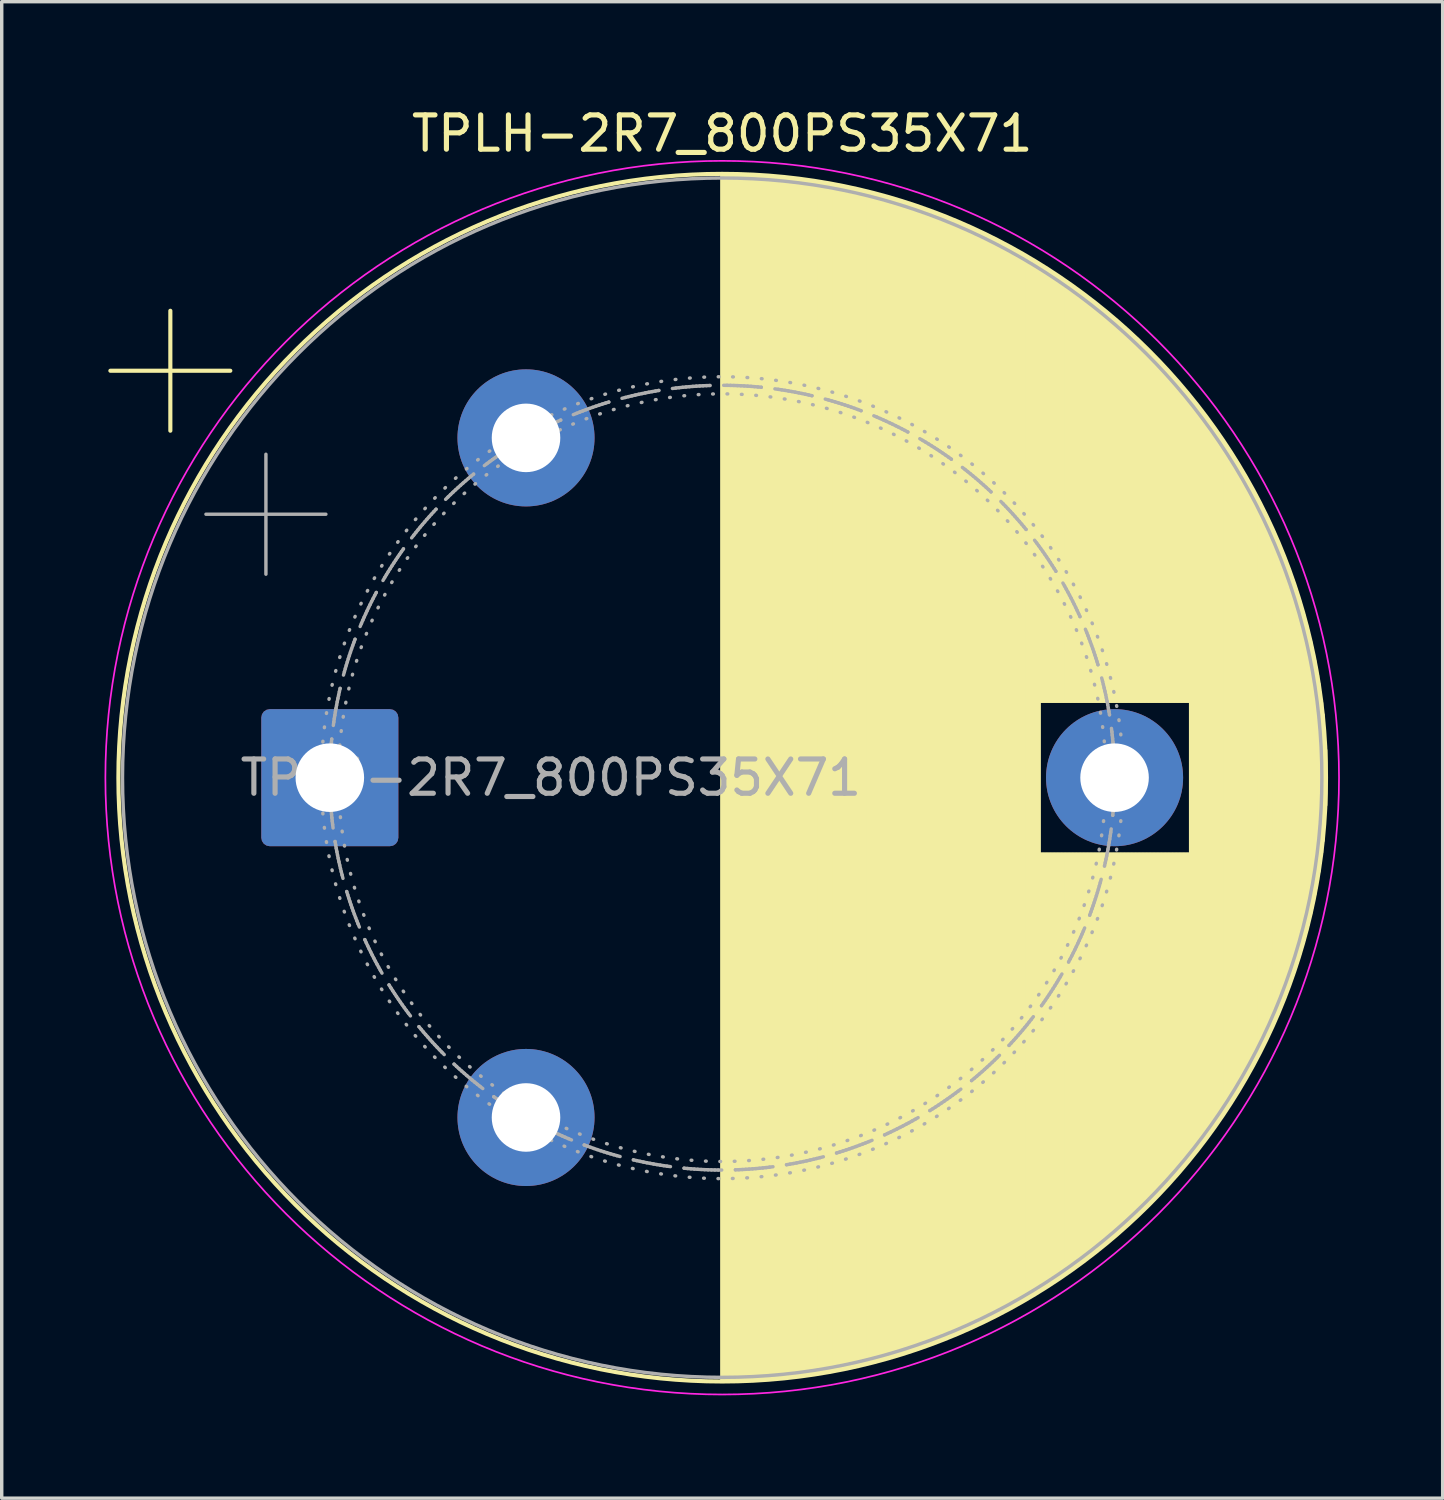
<source format=kicad_pcb>
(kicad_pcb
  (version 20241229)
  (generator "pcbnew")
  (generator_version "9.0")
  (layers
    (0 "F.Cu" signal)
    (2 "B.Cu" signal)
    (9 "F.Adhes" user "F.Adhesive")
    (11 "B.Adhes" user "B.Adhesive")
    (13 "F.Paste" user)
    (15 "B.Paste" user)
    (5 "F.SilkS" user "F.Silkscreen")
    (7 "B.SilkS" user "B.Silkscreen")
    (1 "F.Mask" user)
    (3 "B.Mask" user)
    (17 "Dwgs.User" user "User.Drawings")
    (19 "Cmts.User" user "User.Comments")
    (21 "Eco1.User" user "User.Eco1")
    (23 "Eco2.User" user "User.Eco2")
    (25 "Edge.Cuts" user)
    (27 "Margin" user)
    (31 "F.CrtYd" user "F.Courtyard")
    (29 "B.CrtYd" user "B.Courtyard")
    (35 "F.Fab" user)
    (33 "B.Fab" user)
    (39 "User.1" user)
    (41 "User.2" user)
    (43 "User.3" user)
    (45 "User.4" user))
  (footprint "TPLH-2R7_800PS35X71"
    (layer "F.Cu")
    (at 18.025 19.644)
    (property "Reference" "TPLH-2R7_800PS35X71" (at 0 -18.796 0) (layer "F.SilkS") (effects (font (size 1 1) (thickness 0.15))))
    (attr through_hole)
    (fp_line (start -17.854 -11.875) (end -14.354 -11.875) (stroke (width 0.12) (type solid)) (layer "F.SilkS"))
    (fp_line (start -16.104 -13.625) (end -16.104 -10.125) (stroke (width 0.12) (type solid)) (layer "F.SilkS"))
    (fp_line (start 0 -17.58) (end 0 17.58) (stroke (width 0.12) (type solid)) (layer "F.SilkS"))
    (fp_line (start 0.04 -17.58) (end 0.04 17.58) (stroke (width 0.12) (type solid)) (layer "F.SilkS"))
    (fp_line (start 0.08 -17.58) (end 0.08 17.58) (stroke (width 0.12) (type solid)) (layer "F.SilkS"))
    (fp_line (start 0.12 -17.58) (end 0.12 17.58) (stroke (width 0.12) (type solid)) (layer "F.SilkS"))
    (fp_line (start 0.16 -17.579) (end 0.16 17.579) (stroke (width 0.12) (type solid)) (layer "F.SilkS"))
    (fp_line (start 0.2 -17.579) (end 0.2 17.579) (stroke (width 0.12) (type solid)) (layer "F.SilkS"))
    (fp_line (start 0.24 -17.578) (end 0.24 17.578) (stroke (width 0.12) (type solid)) (layer "F.SilkS"))
    (fp_line (start 0.28 -17.578) (end 0.28 17.578) (stroke (width 0.12) (type solid)) (layer "F.SilkS"))
    (fp_line (start 0.32 -17.577) (end 0.32 17.577) (stroke (width 0.12) (type solid)) (layer "F.SilkS"))
    (fp_line (start 0.36 -17.576) (end 0.36 17.576) (stroke (width 0.12) (type solid)) (layer "F.SilkS"))
    (fp_line (start 0.4 -17.575) (end 0.4 17.575) (stroke (width 0.12) (type solid)) (layer "F.SilkS"))
    (fp_line (start 0.44 -17.575) (end 0.44 17.575) (stroke (width 0.12) (type solid)) (layer "F.SilkS"))
    (fp_line (start 0.48 -17.573) (end 0.48 17.573) (stroke (width 0.12) (type solid)) (layer "F.SilkS"))
    (fp_line (start 0.52 -17.572) (end 0.52 17.572) (stroke (width 0.12) (type solid)) (layer "F.SilkS"))
    (fp_line (start 0.56 -17.571) (end 0.56 17.571) (stroke (width 0.12) (type solid)) (layer "F.SilkS"))
    (fp_line (start 0.6 -17.57) (end 0.6 17.57) (stroke (width 0.12) (type solid)) (layer "F.SilkS"))
    (fp_line (start 0.64 -17.568) (end 0.64 17.568) (stroke (width 0.12) (type solid)) (layer "F.SilkS"))
    (fp_line (start 0.68 -17.567) (end 0.68 17.567) (stroke (width 0.12) (type solid)) (layer "F.SilkS"))
    (fp_line (start 0.72 -17.565) (end 0.72 17.565) (stroke (width 0.12) (type solid)) (layer "F.SilkS"))
    (fp_line (start 0.76 -17.564) (end 0.76 17.564) (stroke (width 0.12) (type solid)) (layer "F.SilkS"))
    (fp_line (start 0.8 -17.562) (end 0.8 17.562) (stroke (width 0.12) (type solid)) (layer "F.SilkS"))
    (fp_line (start 0.84 -17.56) (end 0.84 17.56) (stroke (width 0.12) (type solid)) (layer "F.SilkS"))
    (fp_line (start 0.88 -17.558) (end 0.88 17.558) (stroke (width 0.12) (type solid)) (layer "F.SilkS"))
    (fp_line (start 0.92 -17.556) (end 0.92 17.556) (stroke (width 0.12) (type solid)) (layer "F.SilkS"))
    (fp_line (start 0.96 -17.554) (end 0.96 17.554) (stroke (width 0.12) (type solid)) (layer "F.SilkS"))
    (fp_line (start 1 -17.552) (end 1 17.552) (stroke (width 0.12) (type solid)) (layer "F.SilkS"))
    (fp_line (start 1.04 -17.549) (end 1.04 17.549) (stroke (width 0.12) (type solid)) (layer "F.SilkS"))
    (fp_line (start 1.08 -17.547) (end 1.08 17.547) (stroke (width 0.12) (type solid)) (layer "F.SilkS"))
    (fp_line (start 1.12 -17.544) (end 1.12 17.544) (stroke (width 0.12) (type solid)) (layer "F.SilkS"))
    (fp_line (start 1.16 -17.542) (end 1.16 17.542) (stroke (width 0.12) (type solid)) (layer "F.SilkS"))
    (fp_line (start 1.2 -17.539) (end 1.2 17.539) (stroke (width 0.12) (type solid)) (layer "F.SilkS"))
    (fp_line (start 1.24 -17.536) (end 1.24 17.536) (stroke (width 0.12) (type solid)) (layer "F.SilkS"))
    (fp_line (start 1.28 -17.533) (end 1.28 17.533) (stroke (width 0.12) (type solid)) (layer "F.SilkS"))
    (fp_line (start 1.32 -17.53) (end 1.32 17.53) (stroke (width 0.12) (type solid)) (layer "F.SilkS"))
    (fp_line (start 1.36 -17.527) (end 1.36 17.527) (stroke (width 0.12) (type solid)) (layer "F.SilkS"))
    (fp_line (start 1.4 -17.524) (end 1.4 17.524) (stroke (width 0.12) (type solid)) (layer "F.SilkS"))
    (fp_line (start 1.44 -17.521) (end 1.44 17.521) (stroke (width 0.12) (type solid)) (layer "F.SilkS"))
    (fp_line (start 1.48 -17.518) (end 1.48 17.518) (stroke (width 0.12) (type solid)) (layer "F.SilkS"))
    (fp_line (start 1.52 -17.514) (end 1.52 17.514) (stroke (width 0.12) (type solid)) (layer "F.SilkS"))
    (fp_line (start 1.56 -17.511) (end 1.56 17.511) (stroke (width 0.12) (type solid)) (layer "F.SilkS"))
    (fp_line (start 1.6 -17.507) (end 1.6 17.507) (stroke (width 0.12) (type solid)) (layer "F.SilkS"))
    (fp_line (start 1.64 -17.504) (end 1.64 17.504) (stroke (width 0.12) (type solid)) (layer "F.SilkS"))
    (fp_line (start 1.68 -17.5) (end 1.68 17.5) (stroke (width 0.12) (type solid)) (layer "F.SilkS"))
    (fp_line (start 1.72 -17.496) (end 1.72 17.496) (stroke (width 0.12) (type solid)) (layer "F.SilkS"))
    (fp_line (start 1.76 -17.492) (end 1.76 17.492) (stroke (width 0.12) (type solid)) (layer "F.SilkS"))
    (fp_line (start 1.8 -17.488) (end 1.8 17.488) (stroke (width 0.12) (type solid)) (layer "F.SilkS"))
    (fp_line (start 1.84 -17.484) (end 1.84 17.484) (stroke (width 0.12) (type solid)) (layer "F.SilkS"))
    (fp_line (start 1.88 -17.479) (end 1.88 17.479) (stroke (width 0.12) (type solid)) (layer "F.SilkS"))
    (fp_line (start 1.92 -17.475) (end 1.92 17.475) (stroke (width 0.12) (type solid)) (layer "F.SilkS"))
    (fp_line (start 1.96 -17.471) (end 1.96 17.471) (stroke (width 0.12) (type solid)) (layer "F.SilkS"))
    (fp_line (start 2 -17.466) (end 2 17.466) (stroke (width 0.12) (type solid)) (layer "F.SilkS"))
    (fp_line (start 2.04 -17.462) (end 2.04 17.462) (stroke (width 0.12) (type solid)) (layer "F.SilkS"))
    (fp_line (start 2.08 -17.457) (end 2.08 17.457) (stroke (width 0.12) (type solid)) (layer "F.SilkS"))
    (fp_line (start 2.12 -17.452) (end 2.12 17.452) (stroke (width 0.12) (type solid)) (layer "F.SilkS"))
    (fp_line (start 2.16 -17.447) (end 2.16 17.447) (stroke (width 0.12) (type solid)) (layer "F.SilkS"))
    (fp_line (start 2.2 -17.442) (end 2.2 17.442) (stroke (width 0.12) (type solid)) (layer "F.SilkS"))
    (fp_line (start 2.24 -17.437) (end 2.24 17.437) (stroke (width 0.12) (type solid)) (layer "F.SilkS"))
    (fp_line (start 2.28 -17.432) (end 2.28 17.432) (stroke (width 0.12) (type solid)) (layer "F.SilkS"))
    (fp_line (start 2.32 -17.427) (end 2.32 17.427) (stroke (width 0.12) (type solid)) (layer "F.SilkS"))
    (fp_line (start 2.36 -17.421) (end 2.36 17.421) (stroke (width 0.12) (type solid)) (layer "F.SilkS"))
    (fp_line (start 2.4 -17.416) (end 2.4 17.416) (stroke (width 0.12) (type solid)) (layer "F.SilkS"))
    (fp_line (start 2.44 -17.41) (end 2.44 17.41) (stroke (width 0.12) (type solid)) (layer "F.SilkS"))
    (fp_line (start 2.48 -17.405) (end 2.48 17.405) (stroke (width 0.12) (type solid)) (layer "F.SilkS"))
    (fp_line (start 2.52 -17.399) (end 2.52 17.399) (stroke (width 0.12) (type solid)) (layer "F.SilkS"))
    (fp_line (start 2.56 -17.393) (end 2.56 17.393) (stroke (width 0.12) (type solid)) (layer "F.SilkS"))
    (fp_line (start 2.6 -17.387) (end 2.6 17.387) (stroke (width 0.12) (type solid)) (layer "F.SilkS"))
    (fp_line (start 2.64 -17.381) (end 2.64 17.381) (stroke (width 0.12) (type solid)) (layer "F.SilkS"))
    (fp_line (start 2.68 -17.375) (end 2.68 17.375) (stroke (width 0.12) (type solid)) (layer "F.SilkS"))
    (fp_line (start 2.72 -17.369) (end 2.72 17.369) (stroke (width 0.12) (type solid)) (layer "F.SilkS"))
    (fp_line (start 2.76 -17.362) (end 2.76 17.362) (stroke (width 0.12) (type solid)) (layer "F.SilkS"))
    (fp_line (start 2.8 -17.356) (end 2.8 17.356) (stroke (width 0.12) (type solid)) (layer "F.SilkS"))
    (fp_line (start 2.84 -17.35) (end 2.84 17.35) (stroke (width 0.12) (type solid)) (layer "F.SilkS"))
    (fp_line (start 2.88 -17.343) (end 2.88 17.343) (stroke (width 0.12) (type solid)) (layer "F.SilkS"))
    (fp_line (start 2.92 -17.336) (end 2.92 17.336) (stroke (width 0.12) (type solid)) (layer "F.SilkS"))
    (fp_line (start 2.96 -17.33) (end 2.96 17.33) (stroke (width 0.12) (type solid)) (layer "F.SilkS"))
    (fp_line (start 3 -17.323) (end 3 17.323) (stroke (width 0.12) (type solid)) (layer "F.SilkS"))
    (fp_line (start 3.04 -17.316) (end 3.04 17.316) (stroke (width 0.12) (type solid)) (layer "F.SilkS"))
    (fp_line (start 3.08 -17.309) (end 3.08 17.309) (stroke (width 0.12) (type solid)) (layer "F.SilkS"))
    (fp_line (start 3.12 -17.302) (end 3.12 17.302) (stroke (width 0.12) (type solid)) (layer "F.SilkS"))
    (fp_line (start 3.16 -17.294) (end 3.16 17.294) (stroke (width 0.12) (type solid)) (layer "F.SilkS"))
    (fp_line (start 3.2 -17.287) (end 3.2 17.287) (stroke (width 0.12) (type solid)) (layer "F.SilkS"))
    (fp_line (start 3.24 -17.28) (end 3.24 17.28) (stroke (width 0.12) (type solid)) (layer "F.SilkS"))
    (fp_line (start 3.28 -17.272) (end 3.28 17.272) (stroke (width 0.12) (type solid)) (layer "F.SilkS"))
    (fp_line (start 3.32 -17.264) (end 3.32 17.264) (stroke (width 0.12) (type solid)) (layer "F.SilkS"))
    (fp_line (start 3.36 -17.257) (end 3.36 17.257) (stroke (width 0.12) (type solid)) (layer "F.SilkS"))
    (fp_line (start 3.4 -17.249) (end 3.4 17.249) (stroke (width 0.12) (type solid)) (layer "F.SilkS"))
    (fp_line (start 3.44 -17.241) (end 3.44 17.241) (stroke (width 0.12) (type solid)) (layer "F.SilkS"))
    (fp_line (start 3.48 -17.233) (end 3.48 17.233) (stroke (width 0.12) (type solid)) (layer "F.SilkS"))
    (fp_line (start 3.52 -17.225) (end 3.52 17.225) (stroke (width 0.12) (type solid)) (layer "F.SilkS"))
    (fp_line (start 3.56 -17.217) (end 3.56 17.217) (stroke (width 0.12) (type solid)) (layer "F.SilkS"))
    (fp_line (start 3.6 -17.208) (end 3.6 17.208) (stroke (width 0.12) (type solid)) (layer "F.SilkS"))
    (fp_line (start 3.64 -17.2) (end 3.64 17.2) (stroke (width 0.12) (type solid)) (layer "F.SilkS"))
    (fp_line (start 3.68 -17.191) (end 3.68 17.191) (stroke (width 0.12) (type solid)) (layer "F.SilkS"))
    (fp_line (start 3.72 -17.183) (end 3.72 17.183) (stroke (width 0.12) (type solid)) (layer "F.SilkS"))
    (fp_line (start 3.76 -17.174) (end 3.76 17.174) (stroke (width 0.12) (type solid)) (layer "F.SilkS"))
    (fp_line (start 3.8 -17.165) (end 3.8 17.165) (stroke (width 0.12) (type solid)) (layer "F.SilkS"))
    (fp_line (start 3.84 -17.156) (end 3.84 17.156) (stroke (width 0.12) (type solid)) (layer "F.SilkS"))
    (fp_line (start 3.88 -17.147) (end 3.88 17.147) (stroke (width 0.12) (type solid)) (layer "F.SilkS"))
    (fp_line (start 3.92 -17.138) (end 3.92 17.138) (stroke (width 0.12) (type solid)) (layer "F.SilkS"))
    (fp_line (start 3.96 -17.129) (end 3.96 17.129) (stroke (width 0.12) (type solid)) (layer "F.SilkS"))
    (fp_line (start 4 -17.12) (end 4 17.12) (stroke (width 0.12) (type solid)) (layer "F.SilkS"))
    (fp_line (start 4.04 -17.111) (end 4.04 17.111) (stroke (width 0.12) (type solid)) (layer "F.SilkS"))
    (fp_line (start 4.08 -17.101) (end 4.08 17.101) (stroke (width 0.12) (type solid)) (layer "F.SilkS"))
    (fp_line (start 4.12 -17.092) (end 4.12 17.092) (stroke (width 0.12) (type solid)) (layer "F.SilkS"))
    (fp_line (start 4.16 -17.082) (end 4.16 17.082) (stroke (width 0.12) (type solid)) (layer "F.SilkS"))
    (fp_line (start 4.2 -17.072) (end 4.2 17.072) (stroke (width 0.12) (type solid)) (layer "F.SilkS"))
    (fp_line (start 4.24 -17.062) (end 4.24 17.062) (stroke (width 0.12) (type solid)) (layer "F.SilkS"))
    (fp_line (start 4.28 -17.052) (end 4.28 17.052) (stroke (width 0.12) (type solid)) (layer "F.SilkS"))
    (fp_line (start 4.32 -17.042) (end 4.32 17.042) (stroke (width 0.12) (type solid)) (layer "F.SilkS"))
    (fp_line (start 4.36 -17.032) (end 4.36 17.032) (stroke (width 0.12) (type solid)) (layer "F.SilkS"))
    (fp_line (start 4.4 -17.022) (end 4.4 17.022) (stroke (width 0.12) (type solid)) (layer "F.SilkS"))
    (fp_line (start 4.44 -17.011) (end 4.44 17.011) (stroke (width 0.12) (type solid)) (layer "F.SilkS"))
    (fp_line (start 4.48 -17.001) (end 4.48 17.001) (stroke (width 0.12) (type solid)) (layer "F.SilkS"))
    (fp_line (start 4.52 -16.99) (end 4.52 16.99) (stroke (width 0.12) (type solid)) (layer "F.SilkS"))
    (fp_line (start 4.56 -16.98) (end 4.56 16.98) (stroke (width 0.12) (type solid)) (layer "F.SilkS"))
    (fp_line (start 4.6 -16.969) (end 4.6 16.969) (stroke (width 0.12) (type solid)) (layer "F.SilkS"))
    (fp_line (start 4.64 -16.958) (end 4.64 16.958) (stroke (width 0.12) (type solid)) (layer "F.SilkS"))
    (fp_line (start 4.68 -16.947) (end 4.68 16.947) (stroke (width 0.12) (type solid)) (layer "F.SilkS"))
    (fp_line (start 4.72 -16.936) (end 4.72 16.936) (stroke (width 0.12) (type solid)) (layer "F.SilkS"))
    (fp_line (start 4.76 -16.925) (end 4.76 16.925) (stroke (width 0.12) (type solid)) (layer "F.SilkS"))
    (fp_line (start 4.8 -16.914) (end 4.8 16.914) (stroke (width 0.12) (type solid)) (layer "F.SilkS"))
    (fp_line (start 4.84 -16.902) (end 4.84 16.902) (stroke (width 0.12) (type solid)) (layer "F.SilkS"))
    (fp_line (start 4.88 -16.891) (end 4.88 16.891) (stroke (width 0.12) (type solid)) (layer "F.SilkS"))
    (fp_line (start 4.92 -16.879) (end 4.92 16.879) (stroke (width 0.12) (type solid)) (layer "F.SilkS"))
    (fp_line (start 4.96 -16.867) (end 4.96 16.867) (stroke (width 0.12) (type solid)) (layer "F.SilkS"))
    (fp_line (start 5 -16.856) (end 5 16.856) (stroke (width 0.12) (type solid)) (layer "F.SilkS"))
    (fp_line (start 5.04 -16.844) (end 5.04 16.844) (stroke (width 0.12) (type solid)) (layer "F.SilkS"))
    (fp_line (start 5.08 -16.832) (end 5.08 16.832) (stroke (width 0.12) (type solid)) (layer "F.SilkS"))
    (fp_line (start 5.12 -16.82) (end 5.12 16.82) (stroke (width 0.12) (type solid)) (layer "F.SilkS"))
    (fp_line (start 5.16 -16.808) (end 5.16 16.808) (stroke (width 0.12) (type solid)) (layer "F.SilkS"))
    (fp_line (start 5.2 -16.795) (end 5.2 16.795) (stroke (width 0.12) (type solid)) (layer "F.SilkS"))
    (fp_line (start 5.24 -16.783) (end 5.24 16.783) (stroke (width 0.12) (type solid)) (layer "F.SilkS"))
    (fp_line (start 5.28 -16.77) (end 5.28 16.77) (stroke (width 0.12) (type solid)) (layer "F.SilkS"))
    (fp_line (start 5.32 -16.758) (end 5.32 16.758) (stroke (width 0.12) (type solid)) (layer "F.SilkS"))
    (fp_line (start 5.36 -16.745) (end 5.36 16.745) (stroke (width 0.12) (type solid)) (layer "F.SilkS"))
    (fp_line (start 5.4 -16.732) (end 5.4 16.732) (stroke (width 0.12) (type solid)) (layer "F.SilkS"))
    (fp_line (start 5.44 -16.719) (end 5.44 16.719) (stroke (width 0.12) (type solid)) (layer "F.SilkS"))
    (fp_line (start 5.48 -16.706) (end 5.48 16.706) (stroke (width 0.12) (type solid)) (layer "F.SilkS"))
    (fp_line (start 5.52 -16.693) (end 5.52 16.693) (stroke (width 0.12) (type solid)) (layer "F.SilkS"))
    (fp_line (start 5.56 -16.68) (end 5.56 16.68) (stroke (width 0.12) (type solid)) (layer "F.SilkS"))
    (fp_line (start 5.6 -16.666) (end 5.6 16.666) (stroke (width 0.12) (type solid)) (layer "F.SilkS"))
    (fp_line (start 5.64 -16.653) (end 5.64 16.653) (stroke (width 0.12) (type solid)) (layer "F.SilkS"))
    (fp_line (start 5.68 -16.639) (end 5.68 16.639) (stroke (width 0.12) (type solid)) (layer "F.SilkS"))
    (fp_line (start 5.72 -16.626) (end 5.72 16.626) (stroke (width 0.12) (type solid)) (layer "F.SilkS"))
    (fp_line (start 5.76 -16.612) (end 5.76 16.612) (stroke (width 0.12) (type solid)) (layer "F.SilkS"))
    (fp_line (start 5.8 -16.598) (end 5.8 16.598) (stroke (width 0.12) (type solid)) (layer "F.SilkS"))
    (fp_line (start 5.84 -16.584) (end 5.84 16.584) (stroke (width 0.12) (type solid)) (layer "F.SilkS"))
    (fp_line (start 5.88 -16.57) (end 5.88 16.57) (stroke (width 0.12) (type solid)) (layer "F.SilkS"))
    (fp_line (start 5.92 -16.556) (end 5.92 16.556) (stroke (width 0.12) (type solid)) (layer "F.SilkS"))
    (fp_line (start 5.96 -16.541) (end 5.96 16.541) (stroke (width 0.12) (type solid)) (layer "F.SilkS"))
    (fp_line (start 6 -16.527) (end 6 16.527) (stroke (width 0.12) (type solid)) (layer "F.SilkS"))
    (fp_line (start 6.04 -16.512) (end 6.04 16.512) (stroke (width 0.12) (type solid)) (layer "F.SilkS"))
    (fp_line (start 6.08 -16.498) (end 6.08 16.498) (stroke (width 0.12) (type solid)) (layer "F.SilkS"))
    (fp_line (start 6.12 -16.483) (end 6.12 16.483) (stroke (width 0.12) (type solid)) (layer "F.SilkS"))
    (fp_line (start 6.16 -16.468) (end 6.16 16.468) (stroke (width 0.12) (type solid)) (layer "F.SilkS"))
    (fp_line (start 6.2 -16.453) (end 6.2 16.453) (stroke (width 0.12) (type solid)) (layer "F.SilkS"))
    (fp_line (start 6.24 -16.438) (end 6.24 16.438) (stroke (width 0.12) (type solid)) (layer "F.SilkS"))
    (fp_line (start 6.28 -16.423) (end 6.28 16.423) (stroke (width 0.12) (type solid)) (layer "F.SilkS"))
    (fp_line (start 6.32 -16.408) (end 6.32 16.408) (stroke (width 0.12) (type solid)) (layer "F.SilkS"))
    (fp_line (start 6.36 -16.392) (end 6.36 16.392) (stroke (width 0.12) (type solid)) (layer "F.SilkS"))
    (fp_line (start 6.4 -16.377) (end 6.4 16.377) (stroke (width 0.12) (type solid)) (layer "F.SilkS"))
    (fp_line (start 6.44 -16.361) (end 6.44 16.361) (stroke (width 0.12) (type solid)) (layer "F.SilkS"))
    (fp_line (start 6.48 -16.345) (end 6.48 16.345) (stroke (width 0.12) (type solid)) (layer "F.SilkS"))
    (fp_line (start 6.52 -16.329) (end 6.52 16.329) (stroke (width 0.12) (type solid)) (layer "F.SilkS"))
    (fp_line (start 6.56 -16.313) (end 6.56 16.313) (stroke (width 0.12) (type solid)) (layer "F.SilkS"))
    (fp_line (start 6.6 -16.297) (end 6.6 16.297) (stroke (width 0.12) (type solid)) (layer "F.SilkS"))
    (fp_line (start 6.64 -16.281) (end 6.64 16.281) (stroke (width 0.12) (type solid)) (layer "F.SilkS"))
    (fp_line (start 6.68 -16.265) (end 6.68 16.265) (stroke (width 0.12) (type solid)) (layer "F.SilkS"))
    (fp_line (start 6.72 -16.248) (end 6.72 16.248) (stroke (width 0.12) (type solid)) (layer "F.SilkS"))
    (fp_line (start 6.76 -16.232) (end 6.76 16.232) (stroke (width 0.12) (type solid)) (layer "F.SilkS"))
    (fp_line (start 6.8 -16.215) (end 6.8 16.215) (stroke (width 0.12) (type solid)) (layer "F.SilkS"))
    (fp_line (start 6.84 -16.198) (end 6.84 16.198) (stroke (width 0.12) (type solid)) (layer "F.SilkS"))
    (fp_line (start 6.88 -16.181) (end 6.88 16.181) (stroke (width 0.12) (type solid)) (layer "F.SilkS"))
    (fp_line (start 6.92 -16.164) (end 6.92 16.164) (stroke (width 0.12) (type solid)) (layer "F.SilkS"))
    (fp_line (start 6.96 -16.147) (end 6.96 16.147) (stroke (width 0.12) (type solid)) (layer "F.SilkS"))
    (fp_line (start 7 -16.13) (end 7 16.13) (stroke (width 0.12) (type solid)) (layer "F.SilkS"))
    (fp_line (start 7.04 -16.112) (end 7.04 16.112) (stroke (width 0.12) (type solid)) (layer "F.SilkS"))
    (fp_line (start 7.08 -16.095) (end 7.08 16.095) (stroke (width 0.12) (type solid)) (layer "F.SilkS"))
    (fp_line (start 7.12 -16.077) (end 7.12 16.077) (stroke (width 0.12) (type solid)) (layer "F.SilkS"))
    (fp_line (start 7.16 -16.06) (end 7.16 16.06) (stroke (width 0.12) (type solid)) (layer "F.SilkS"))
    (fp_line (start 7.2 -16.042) (end 7.2 16.042) (stroke (width 0.12) (type solid)) (layer "F.SilkS"))
    (fp_line (start 7.24 -16.024) (end 7.24 16.024) (stroke (width 0.12) (type solid)) (layer "F.SilkS"))
    (fp_line (start 7.28 -16.006) (end 7.28 16.006) (stroke (width 0.12) (type solid)) (layer "F.SilkS"))
    (fp_line (start 7.32 -15.988) (end 7.32 15.988) (stroke (width 0.12) (type solid)) (layer "F.SilkS"))
    (fp_line (start 7.36 -15.969) (end 7.36 15.969) (stroke (width 0.12) (type solid)) (layer "F.SilkS"))
    (fp_line (start 7.4 -15.951) (end 7.4 15.951) (stroke (width 0.12) (type solid)) (layer "F.SilkS"))
    (fp_line (start 7.44 -15.932) (end 7.44 15.932) (stroke (width 0.12) (type solid)) (layer "F.SilkS"))
    (fp_line (start 7.48 -15.913) (end 7.48 15.913) (stroke (width 0.12) (type solid)) (layer "F.SilkS"))
    (fp_line (start 7.52 -15.895) (end 7.52 15.895) (stroke (width 0.12) (type solid)) (layer "F.SilkS"))
    (fp_line (start 7.56 -15.876) (end 7.56 15.876) (stroke (width 0.12) (type solid)) (layer "F.SilkS"))
    (fp_line (start 7.6 -15.857) (end 7.6 15.857) (stroke (width 0.12) (type solid)) (layer "F.SilkS"))
    (fp_line (start 7.64 -15.837) (end 7.64 15.837) (stroke (width 0.12) (type solid)) (layer "F.SilkS"))
    (fp_line (start 7.68 -15.818) (end 7.68 15.818) (stroke (width 0.12) (type solid)) (layer "F.SilkS"))
    (fp_line (start 7.72 -15.799) (end 7.72 15.799) (stroke (width 0.12) (type solid)) (layer "F.SilkS"))
    (fp_line (start 7.76 -15.779) (end 7.76 15.779) (stroke (width 0.12) (type solid)) (layer "F.SilkS"))
    (fp_line (start 7.8 -15.76) (end 7.8 15.76) (stroke (width 0.12) (type solid)) (layer "F.SilkS"))
    (fp_line (start 7.84 -15.74) (end 7.84 15.74) (stroke (width 0.12) (type solid)) (layer "F.SilkS"))
    (fp_line (start 7.88 -15.72) (end 7.88 15.72) (stroke (width 0.12) (type solid)) (layer "F.SilkS"))
    (fp_line (start 7.92 -15.7) (end 7.92 15.7) (stroke (width 0.12) (type solid)) (layer "F.SilkS"))
    (fp_line (start 7.96 -15.68) (end 7.96 15.68) (stroke (width 0.12) (type solid)) (layer "F.SilkS"))
    (fp_line (start 8 -15.659) (end 8 15.659) (stroke (width 0.12) (type solid)) (layer "F.SilkS"))
    (fp_line (start 8.04 -15.639) (end 8.04 15.639) (stroke (width 0.12) (type solid)) (layer "F.SilkS"))
    (fp_line (start 8.08 -15.618) (end 8.08 15.618) (stroke (width 0.12) (type solid)) (layer "F.SilkS"))
    (fp_line (start 8.12 -15.597) (end 8.12 15.597) (stroke (width 0.12) (type solid)) (layer "F.SilkS"))
    (fp_line (start 8.16 -15.577) (end 8.16 15.577) (stroke (width 0.12) (type solid)) (layer "F.SilkS"))
    (fp_line (start 8.2 -15.556) (end 8.2 15.556) (stroke (width 0.12) (type solid)) (layer "F.SilkS"))
    (fp_line (start 8.24 -15.535) (end 8.24 15.535) (stroke (width 0.12) (type solid)) (layer "F.SilkS"))
    (fp_line (start 8.28 -15.513) (end 8.28 15.513) (stroke (width 0.12) (type solid)) (layer "F.SilkS"))
    (fp_line (start 8.32 -15.492) (end 8.32 15.492) (stroke (width 0.12) (type solid)) (layer "F.SilkS"))
    (fp_line (start 8.36 -15.47) (end 8.36 15.47) (stroke (width 0.12) (type solid)) (layer "F.SilkS"))
    (fp_line (start 8.4 -15.449) (end 8.4 15.449) (stroke (width 0.12) (type solid)) (layer "F.SilkS"))
    (fp_line (start 8.44 -15.427) (end 8.44 15.427) (stroke (width 0.12) (type solid)) (layer "F.SilkS"))
    (fp_line (start 8.48 -15.405) (end 8.48 15.405) (stroke (width 0.12) (type solid)) (layer "F.SilkS"))
    (fp_line (start 8.52 -15.383) (end 8.52 15.383) (stroke (width 0.12) (type solid)) (layer "F.SilkS"))
    (fp_line (start 8.56 -15.361) (end 8.56 15.361) (stroke (width 0.12) (type solid)) (layer "F.SilkS"))
    (fp_line (start 8.6 -15.339) (end 8.6 15.339) (stroke (width 0.12) (type solid)) (layer "F.SilkS"))
    (fp_line (start 8.64 -15.316) (end 8.64 15.316) (stroke (width 0.12) (type solid)) (layer "F.SilkS"))
    (fp_line (start 8.68 -15.294) (end 8.68 15.294) (stroke (width 0.12) (type solid)) (layer "F.SilkS"))
    (fp_line (start 8.72 -15.271) (end 8.72 15.271) (stroke (width 0.12) (type solid)) (layer "F.SilkS"))
    (fp_line (start 8.76 -15.248) (end 8.76 15.248) (stroke (width 0.12) (type solid)) (layer "F.SilkS"))
    (fp_line (start 8.8 -15.225) (end 8.8 15.225) (stroke (width 0.12) (type solid)) (layer "F.SilkS"))
    (fp_line (start 8.84 -15.202) (end 8.84 15.202) (stroke (width 0.12) (type solid)) (layer "F.SilkS"))
    (fp_line (start 8.88 -15.179) (end 8.88 15.179) (stroke (width 0.12) (type solid)) (layer "F.SilkS"))
    (fp_line (start 8.92 -15.155) (end 8.92 15.155) (stroke (width 0.12) (type solid)) (layer "F.SilkS"))
    (fp_line (start 8.96 -15.132) (end 8.96 15.132) (stroke (width 0.12) (type solid)) (layer "F.SilkS"))
    (fp_line (start 9 -15.108) (end 9 15.108) (stroke (width 0.12) (type solid)) (layer "F.SilkS"))
    (fp_line (start 9.04 -15.084) (end 9.04 15.084) (stroke (width 0.12) (type solid)) (layer "F.SilkS"))
    (fp_line (start 9.08 -15.06) (end 9.08 15.06) (stroke (width 0.12) (type solid)) (layer "F.SilkS"))
    (fp_line (start 9.12 -15.036) (end 9.12 15.036) (stroke (width 0.12) (type solid)) (layer "F.SilkS"))
    (fp_line (start 9.16 -15.012) (end 9.16 15.012) (stroke (width 0.12) (type solid)) (layer "F.SilkS"))
    (fp_line (start 9.2 -14.987) (end 9.2 14.987) (stroke (width 0.12) (type solid)) (layer "F.SilkS"))
    (fp_line (start 9.24 -14.963) (end 9.24 14.963) (stroke (width 0.12) (type solid)) (layer "F.SilkS"))
    (fp_line (start 9.28 -14.938) (end 9.28 -2.24) (stroke (width 0.12) (type solid)) (layer "F.SilkS"))
    (fp_line (start 9.28 2.24) (end 9.28 14.938) (stroke (width 0.12) (type solid)) (layer "F.SilkS"))
    (fp_line (start 9.32 -14.913) (end 9.32 -2.24) (stroke (width 0.12) (type solid)) (layer "F.SilkS"))
    (fp_line (start 9.32 2.24) (end 9.32 14.913) (stroke (width 0.12) (type solid)) (layer "F.SilkS"))
    (fp_line (start 9.36 -14.888) (end 9.36 -2.24) (stroke (width 0.12) (type solid)) (layer "F.SilkS"))
    (fp_line (start 9.36 2.24) (end 9.36 14.888) (stroke (width 0.12) (type solid)) (layer "F.SilkS"))
    (fp_line (start 9.4 -14.863) (end 9.4 -2.24) (stroke (width 0.12) (type solid)) (layer "F.SilkS"))
    (fp_line (start 9.4 2.24) (end 9.4 14.863) (stroke (width 0.12) (type solid)) (layer "F.SilkS"))
    (fp_line (start 9.44 -14.838) (end 9.44 -2.24) (stroke (width 0.12) (type solid)) (layer "F.SilkS"))
    (fp_line (start 9.44 2.24) (end 9.44 14.838) (stroke (width 0.12) (type solid)) (layer "F.SilkS"))
    (fp_line (start 9.48 -14.812) (end 9.48 -2.24) (stroke (width 0.12) (type solid)) (layer "F.SilkS"))
    (fp_line (start 9.48 2.24) (end 9.48 14.812) (stroke (width 0.12) (type solid)) (layer "F.SilkS"))
    (fp_line (start 9.52 -14.787) (end 9.52 -2.24) (stroke (width 0.12) (type solid)) (layer "F.SilkS"))
    (fp_line (start 9.52 2.24) (end 9.52 14.787) (stroke (width 0.12) (type solid)) (layer "F.SilkS"))
    (fp_line (start 9.56 -14.761) (end 9.56 -2.24) (stroke (width 0.12) (type solid)) (layer "F.SilkS"))
    (fp_line (start 9.56 2.24) (end 9.56 14.761) (stroke (width 0.12) (type solid)) (layer "F.SilkS"))
    (fp_line (start 9.6 -14.735) (end 9.6 -2.24) (stroke (width 0.12) (type solid)) (layer "F.SilkS"))
    (fp_line (start 9.6 2.24) (end 9.6 14.735) (stroke (width 0.12) (type solid)) (layer "F.SilkS"))
    (fp_line (start 9.64 -14.709) (end 9.64 -2.24) (stroke (width 0.12) (type solid)) (layer "F.SilkS"))
    (fp_line (start 9.64 2.24) (end 9.64 14.709) (stroke (width 0.12) (type solid)) (layer "F.SilkS"))
    (fp_line (start 9.68 -14.683) (end 9.68 -2.24) (stroke (width 0.12) (type solid)) (layer "F.SilkS"))
    (fp_line (start 9.68 2.24) (end 9.68 14.683) (stroke (width 0.12) (type solid)) (layer "F.SilkS"))
    (fp_line (start 9.72 -14.656) (end 9.72 -2.24) (stroke (width 0.12) (type solid)) (layer "F.SilkS"))
    (fp_line (start 9.72 2.24) (end 9.72 14.656) (stroke (width 0.12) (type solid)) (layer "F.SilkS"))
    (fp_line (start 9.76 -14.63) (end 9.76 -2.24) (stroke (width 0.12) (type solid)) (layer "F.SilkS"))
    (fp_line (start 9.76 2.24) (end 9.76 14.63) (stroke (width 0.12) (type solid)) (layer "F.SilkS"))
    (fp_line (start 9.8 -14.603) (end 9.8 -2.24) (stroke (width 0.12) (type solid)) (layer "F.SilkS"))
    (fp_line (start 9.8 2.24) (end 9.8 14.603) (stroke (width 0.12) (type solid)) (layer "F.SilkS"))
    (fp_line (start 9.84 -14.576) (end 9.84 -2.24) (stroke (width 0.12) (type solid)) (layer "F.SilkS"))
    (fp_line (start 9.84 2.24) (end 9.84 14.576) (stroke (width 0.12) (type solid)) (layer "F.SilkS"))
    (fp_line (start 9.88 -14.549) (end 9.88 -2.24) (stroke (width 0.12) (type solid)) (layer "F.SilkS"))
    (fp_line (start 9.88 2.24) (end 9.88 14.549) (stroke (width 0.12) (type solid)) (layer "F.SilkS"))
    (fp_line (start 9.92 -14.522) (end 9.92 -2.24) (stroke (width 0.12) (type solid)) (layer "F.SilkS"))
    (fp_line (start 9.92 2.24) (end 9.92 14.522) (stroke (width 0.12) (type solid)) (layer "F.SilkS"))
    (fp_line (start 9.96 -14.495) (end 9.96 -2.24) (stroke (width 0.12) (type solid)) (layer "F.SilkS"))
    (fp_line (start 9.96 2.24) (end 9.96 14.495) (stroke (width 0.12) (type solid)) (layer "F.SilkS"))
    (fp_line (start 10 -14.467) (end 10 -2.24) (stroke (width 0.12) (type solid)) (layer "F.SilkS"))
    (fp_line (start 10 2.24) (end 10 14.467) (stroke (width 0.12) (type solid)) (layer "F.SilkS"))
    (fp_line (start 10.04 -14.44) (end 10.04 -2.24) (stroke (width 0.12) (type solid)) (layer "F.SilkS"))
    (fp_line (start 10.04 2.24) (end 10.04 14.44) (stroke (width 0.12) (type solid)) (layer "F.SilkS"))
    (fp_line (start 10.08 -14.412) (end 10.08 -2.24) (stroke (width 0.12) (type solid)) (layer "F.SilkS"))
    (fp_line (start 10.08 2.24) (end 10.08 14.412) (stroke (width 0.12) (type solid)) (layer "F.SilkS"))
    (fp_line (start 10.12 -14.384) (end 10.12 -2.24) (stroke (width 0.12) (type solid)) (layer "F.SilkS"))
    (fp_line (start 10.12 2.24) (end 10.12 14.384) (stroke (width 0.12) (type solid)) (layer "F.SilkS"))
    (fp_line (start 10.16 -14.356) (end 10.16 -2.24) (stroke (width 0.12) (type solid)) (layer "F.SilkS"))
    (fp_line (start 10.16 2.24) (end 10.16 14.356) (stroke (width 0.12) (type solid)) (layer "F.SilkS"))
    (fp_line (start 10.2 -14.327) (end 10.2 -2.24) (stroke (width 0.12) (type solid)) (layer "F.SilkS"))
    (fp_line (start 10.2 2.24) (end 10.2 14.327) (stroke (width 0.12) (type solid)) (layer "F.SilkS"))
    (fp_line (start 10.24 -14.299) (end 10.24 -2.24) (stroke (width 0.12) (type solid)) (layer "F.SilkS"))
    (fp_line (start 10.24 2.24) (end 10.24 14.299) (stroke (width 0.12) (type solid)) (layer "F.SilkS"))
    (fp_line (start 10.28 -14.27) (end 10.28 -2.24) (stroke (width 0.12) (type solid)) (layer "F.SilkS"))
    (fp_line (start 10.28 2.24) (end 10.28 14.27) (stroke (width 0.12) (type solid)) (layer "F.SilkS"))
    (fp_line (start 10.32 -14.242) (end 10.32 -2.24) (stroke (width 0.12) (type solid)) (layer "F.SilkS"))
    (fp_line (start 10.32 2.24) (end 10.32 14.242) (stroke (width 0.12) (type solid)) (layer "F.SilkS"))
    (fp_line (start 10.36 -14.213) (end 10.36 -2.24) (stroke (width 0.12) (type solid)) (layer "F.SilkS"))
    (fp_line (start 10.36 2.24) (end 10.36 14.213) (stroke (width 0.12) (type solid)) (layer "F.SilkS"))
    (fp_line (start 10.4 -14.183) (end 10.4 -2.24) (stroke (width 0.12) (type solid)) (layer "F.SilkS"))
    (fp_line (start 10.4 2.24) (end 10.4 14.183) (stroke (width 0.12) (type solid)) (layer "F.SilkS"))
    (fp_line (start 10.44 -14.154) (end 10.44 -2.24) (stroke (width 0.12) (type solid)) (layer "F.SilkS"))
    (fp_line (start 10.44 2.24) (end 10.44 14.154) (stroke (width 0.12) (type solid)) (layer "F.SilkS"))
    (fp_line (start 10.48 -14.125) (end 10.48 -2.24) (stroke (width 0.12) (type solid)) (layer "F.SilkS"))
    (fp_line (start 10.48 2.24) (end 10.48 14.125) (stroke (width 0.12) (type solid)) (layer "F.SilkS"))
    (fp_line (start 10.52 -14.095) (end 10.52 -2.24) (stroke (width 0.12) (type solid)) (layer "F.SilkS"))
    (fp_line (start 10.52 2.24) (end 10.52 14.095) (stroke (width 0.12) (type solid)) (layer "F.SilkS"))
    (fp_line (start 10.56 -14.065) (end 10.56 -2.24) (stroke (width 0.12) (type solid)) (layer "F.SilkS"))
    (fp_line (start 10.56 2.24) (end 10.56 14.065) (stroke (width 0.12) (type solid)) (layer "F.SilkS"))
    (fp_line (start 10.6 -14.035) (end 10.6 -2.24) (stroke (width 0.12) (type solid)) (layer "F.SilkS"))
    (fp_line (start 10.6 2.24) (end 10.6 14.035) (stroke (width 0.12) (type solid)) (layer "F.SilkS"))
    (fp_line (start 10.64 -14.005) (end 10.64 -2.24) (stroke (width 0.12) (type solid)) (layer "F.SilkS"))
    (fp_line (start 10.64 2.24) (end 10.64 14.005) (stroke (width 0.12) (type solid)) (layer "F.SilkS"))
    (fp_line (start 10.68 -13.974) (end 10.68 -2.24) (stroke (width 0.12) (type solid)) (layer "F.SilkS"))
    (fp_line (start 10.68 2.24) (end 10.68 13.974) (stroke (width 0.12) (type solid)) (layer "F.SilkS"))
    (fp_line (start 10.72 -13.944) (end 10.72 -2.24) (stroke (width 0.12) (type solid)) (layer "F.SilkS"))
    (fp_line (start 10.72 2.24) (end 10.72 13.944) (stroke (width 0.12) (type solid)) (layer "F.SilkS"))
    (fp_line (start 10.76 -13.913) (end 10.76 -2.24) (stroke (width 0.12) (type solid)) (layer "F.SilkS"))
    (fp_line (start 10.76 2.24) (end 10.76 13.913) (stroke (width 0.12) (type solid)) (layer "F.SilkS"))
    (fp_line (start 10.8 -13.882) (end 10.8 -2.24) (stroke (width 0.12) (type solid)) (layer "F.SilkS"))
    (fp_line (start 10.8 2.24) (end 10.8 13.882) (stroke (width 0.12) (type solid)) (layer "F.SilkS"))
    (fp_line (start 10.84 -13.851) (end 10.84 -2.24) (stroke (width 0.12) (type solid)) (layer "F.SilkS"))
    (fp_line (start 10.84 2.24) (end 10.84 13.851) (stroke (width 0.12) (type solid)) (layer "F.SilkS"))
    (fp_line (start 10.88 -13.82) (end 10.88 -2.24) (stroke (width 0.12) (type solid)) (layer "F.SilkS"))
    (fp_line (start 10.88 2.24) (end 10.88 13.82) (stroke (width 0.12) (type solid)) (layer "F.SilkS"))
    (fp_line (start 10.92 -13.788) (end 10.92 -2.24) (stroke (width 0.12) (type solid)) (layer "F.SilkS"))
    (fp_line (start 10.92 2.24) (end 10.92 13.788) (stroke (width 0.12) (type solid)) (layer "F.SilkS"))
    (fp_line (start 10.96 -13.756) (end 10.96 -2.24) (stroke (width 0.12) (type solid)) (layer "F.SilkS"))
    (fp_line (start 10.96 2.24) (end 10.96 13.756) (stroke (width 0.12) (type solid)) (layer "F.SilkS"))
    (fp_line (start 11 -13.725) (end 11 -2.24) (stroke (width 0.12) (type solid)) (layer "F.SilkS"))
    (fp_line (start 11 2.24) (end 11 13.725) (stroke (width 0.12) (type solid)) (layer "F.SilkS"))
    (fp_line (start 11.04 -13.693) (end 11.04 -2.24) (stroke (width 0.12) (type solid)) (layer "F.SilkS"))
    (fp_line (start 11.04 2.24) (end 11.04 13.693) (stroke (width 0.12) (type solid)) (layer "F.SilkS"))
    (fp_line (start 11.08 -13.66) (end 11.08 -2.24) (stroke (width 0.12) (type solid)) (layer "F.SilkS"))
    (fp_line (start 11.08 2.24) (end 11.08 13.66) (stroke (width 0.12) (type solid)) (layer "F.SilkS"))
    (fp_line (start 11.12 -13.628) (end 11.12 -2.24) (stroke (width 0.12) (type solid)) (layer "F.SilkS"))
    (fp_line (start 11.12 2.24) (end 11.12 13.628) (stroke (width 0.12) (type solid)) (layer "F.SilkS"))
    (fp_line (start 11.16 -13.595) (end 11.16 -2.24) (stroke (width 0.12) (type solid)) (layer "F.SilkS"))
    (fp_line (start 11.16 2.24) (end 11.16 13.595) (stroke (width 0.12) (type solid)) (layer "F.SilkS"))
    (fp_line (start 11.2 -13.562) (end 11.2 -2.24) (stroke (width 0.12) (type solid)) (layer "F.SilkS"))
    (fp_line (start 11.2 2.24) (end 11.2 13.562) (stroke (width 0.12) (type solid)) (layer "F.SilkS"))
    (fp_line (start 11.24 -13.529) (end 11.24 -2.24) (stroke (width 0.12) (type solid)) (layer "F.SilkS"))
    (fp_line (start 11.24 2.24) (end 11.24 13.529) (stroke (width 0.12) (type solid)) (layer "F.SilkS"))
    (fp_line (start 11.28 -13.496) (end 11.28 -2.24) (stroke (width 0.12) (type solid)) (layer "F.SilkS"))
    (fp_line (start 11.28 2.24) (end 11.28 13.496) (stroke (width 0.12) (type solid)) (layer "F.SilkS"))
    (fp_line (start 11.32 -13.463) (end 11.32 -2.24) (stroke (width 0.12) (type solid)) (layer "F.SilkS"))
    (fp_line (start 11.32 2.24) (end 11.32 13.463) (stroke (width 0.12) (type solid)) (layer "F.SilkS"))
    (fp_line (start 11.36 -13.429) (end 11.36 -2.24) (stroke (width 0.12) (type solid)) (layer "F.SilkS"))
    (fp_line (start 11.36 2.24) (end 11.36 13.429) (stroke (width 0.12) (type solid)) (layer "F.SilkS"))
    (fp_line (start 11.4 -13.395) (end 11.4 -2.24) (stroke (width 0.12) (type solid)) (layer "F.SilkS"))
    (fp_line (start 11.4 2.24) (end 11.4 13.395) (stroke (width 0.12) (type solid)) (layer "F.SilkS"))
    (fp_line (start 11.44 -13.361) (end 11.44 -2.24) (stroke (width 0.12) (type solid)) (layer "F.SilkS"))
    (fp_line (start 11.44 2.24) (end 11.44 13.361) (stroke (width 0.12) (type solid)) (layer "F.SilkS"))
    (fp_line (start 11.48 -13.327) (end 11.48 -2.24) (stroke (width 0.12) (type solid)) (layer "F.SilkS"))
    (fp_line (start 11.48 2.24) (end 11.48 13.327) (stroke (width 0.12) (type solid)) (layer "F.SilkS"))
    (fp_line (start 11.52 -13.292) (end 11.52 -2.24) (stroke (width 0.12) (type solid)) (layer "F.SilkS"))
    (fp_line (start 11.52 2.24) (end 11.52 13.292) (stroke (width 0.12) (type solid)) (layer "F.SilkS"))
    (fp_line (start 11.56 -13.258) (end 11.56 -2.24) (stroke (width 0.12) (type solid)) (layer "F.SilkS"))
    (fp_line (start 11.56 2.24) (end 11.56 13.258) (stroke (width 0.12) (type solid)) (layer "F.SilkS"))
    (fp_line (start 11.6 -13.223) (end 11.6 -2.24) (stroke (width 0.12) (type solid)) (layer "F.SilkS"))
    (fp_line (start 11.6 2.24) (end 11.6 13.223) (stroke (width 0.12) (type solid)) (layer "F.SilkS"))
    (fp_line (start 11.64 -13.188) (end 11.64 -2.24) (stroke (width 0.12) (type solid)) (layer "F.SilkS"))
    (fp_line (start 11.64 2.24) (end 11.64 13.188) (stroke (width 0.12) (type solid)) (layer "F.SilkS"))
    (fp_line (start 11.68 -13.152) (end 11.68 -2.24) (stroke (width 0.12) (type solid)) (layer "F.SilkS"))
    (fp_line (start 11.68 2.24) (end 11.68 13.152) (stroke (width 0.12) (type solid)) (layer "F.SilkS"))
    (fp_line (start 11.72 -13.117) (end 11.72 -2.24) (stroke (width 0.12) (type solid)) (layer "F.SilkS"))
    (fp_line (start 11.72 2.24) (end 11.72 13.117) (stroke (width 0.12) (type solid)) (layer "F.SilkS"))
    (fp_line (start 11.76 -13.081) (end 11.76 -2.24) (stroke (width 0.12) (type solid)) (layer "F.SilkS"))
    (fp_line (start 11.76 2.24) (end 11.76 13.081) (stroke (width 0.12) (type solid)) (layer "F.SilkS"))
    (fp_line (start 11.8 -13.045) (end 11.8 -2.24) (stroke (width 0.12) (type solid)) (layer "F.SilkS"))
    (fp_line (start 11.8 2.24) (end 11.8 13.045) (stroke (width 0.12) (type solid)) (layer "F.SilkS"))
    (fp_line (start 11.84 -13.009) (end 11.84 -2.24) (stroke (width 0.12) (type solid)) (layer "F.SilkS"))
    (fp_line (start 11.84 2.24) (end 11.84 13.009) (stroke (width 0.12) (type solid)) (layer "F.SilkS"))
    (fp_line (start 11.88 -12.973) (end 11.88 -2.24) (stroke (width 0.12) (type solid)) (layer "F.SilkS"))
    (fp_line (start 11.88 2.24) (end 11.88 12.973) (stroke (width 0.12) (type solid)) (layer "F.SilkS"))
    (fp_line (start 11.92 -12.936) (end 11.92 -2.24) (stroke (width 0.12) (type solid)) (layer "F.SilkS"))
    (fp_line (start 11.92 2.24) (end 11.92 12.936) (stroke (width 0.12) (type solid)) (layer "F.SilkS"))
    (fp_line (start 11.96 -12.899) (end 11.96 -2.24) (stroke (width 0.12) (type solid)) (layer "F.SilkS"))
    (fp_line (start 11.96 2.24) (end 11.96 12.899) (stroke (width 0.12) (type solid)) (layer "F.SilkS"))
    (fp_line (start 12 -12.862) (end 12 -2.24) (stroke (width 0.12) (type solid)) (layer "F.SilkS"))
    (fp_line (start 12 2.24) (end 12 12.862) (stroke (width 0.12) (type solid)) (layer "F.SilkS"))
    (fp_line (start 12.04 -12.825) (end 12.04 -2.24) (stroke (width 0.12) (type solid)) (layer "F.SilkS"))
    (fp_line (start 12.04 2.24) (end 12.04 12.825) (stroke (width 0.12) (type solid)) (layer "F.SilkS"))
    (fp_line (start 12.08 -12.787) (end 12.08 -2.24) (stroke (width 0.12) (type solid)) (layer "F.SilkS"))
    (fp_line (start 12.08 2.24) (end 12.08 12.787) (stroke (width 0.12) (type solid)) (layer "F.SilkS"))
    (fp_line (start 12.12 -12.749) (end 12.12 -2.24) (stroke (width 0.12) (type solid)) (layer "F.SilkS"))
    (fp_line (start 12.12 2.24) (end 12.12 12.749) (stroke (width 0.12) (type solid)) (layer "F.SilkS"))
    (fp_line (start 12.16 -12.711) (end 12.16 -2.24) (stroke (width 0.12) (type solid)) (layer "F.SilkS"))
    (fp_line (start 12.16 2.24) (end 12.16 12.711) (stroke (width 0.12) (type solid)) (layer "F.SilkS"))
    (fp_line (start 12.2 -12.673) (end 12.2 -2.24) (stroke (width 0.12) (type solid)) (layer "F.SilkS"))
    (fp_line (start 12.2 2.24) (end 12.2 12.673) (stroke (width 0.12) (type solid)) (layer "F.SilkS"))
    (fp_line (start 12.24 -12.635) (end 12.24 -2.24) (stroke (width 0.12) (type solid)) (layer "F.SilkS"))
    (fp_line (start 12.24 2.24) (end 12.24 12.635) (stroke (width 0.12) (type solid)) (layer "F.SilkS"))
    (fp_line (start 12.28 -12.596) (end 12.28 -2.24) (stroke (width 0.12) (type solid)) (layer "F.SilkS"))
    (fp_line (start 12.28 2.24) (end 12.28 12.596) (stroke (width 0.12) (type solid)) (layer "F.SilkS"))
    (fp_line (start 12.32 -12.557) (end 12.32 -2.24) (stroke (width 0.12) (type solid)) (layer "F.SilkS"))
    (fp_line (start 12.32 2.24) (end 12.32 12.557) (stroke (width 0.12) (type solid)) (layer "F.SilkS"))
    (fp_line (start 12.36 -12.518) (end 12.36 -2.24) (stroke (width 0.12) (type solid)) (layer "F.SilkS"))
    (fp_line (start 12.36 2.24) (end 12.36 12.518) (stroke (width 0.12) (type solid)) (layer "F.SilkS"))
    (fp_line (start 12.4 -12.478) (end 12.4 -2.24) (stroke (width 0.12) (type solid)) (layer "F.SilkS"))
    (fp_line (start 12.4 2.24) (end 12.4 12.478) (stroke (width 0.12) (type solid)) (layer "F.SilkS"))
    (fp_line (start 12.44 -12.438) (end 12.44 -2.24) (stroke (width 0.12) (type solid)) (layer "F.SilkS"))
    (fp_line (start 12.44 2.24) (end 12.44 12.438) (stroke (width 0.12) (type solid)) (layer "F.SilkS"))
    (fp_line (start 12.48 -12.398) (end 12.48 -2.24) (stroke (width 0.12) (type solid)) (layer "F.SilkS"))
    (fp_line (start 12.48 2.24) (end 12.48 12.398) (stroke (width 0.12) (type solid)) (layer "F.SilkS"))
    (fp_line (start 12.52 -12.358) (end 12.52 -2.24) (stroke (width 0.12) (type solid)) (layer "F.SilkS"))
    (fp_line (start 12.52 2.24) (end 12.52 12.358) (stroke (width 0.12) (type solid)) (layer "F.SilkS"))
    (fp_line (start 12.56 -12.318) (end 12.56 -2.24) (stroke (width 0.12) (type solid)) (layer "F.SilkS"))
    (fp_line (start 12.56 2.24) (end 12.56 12.318) (stroke (width 0.12) (type solid)) (layer "F.SilkS"))
    (fp_line (start 12.6 -12.277) (end 12.6 -2.24) (stroke (width 0.12) (type solid)) (layer "F.SilkS"))
    (fp_line (start 12.6 2.24) (end 12.6 12.277) (stroke (width 0.12) (type solid)) (layer "F.SilkS"))
    (fp_line (start 12.64 -12.236) (end 12.64 -2.24) (stroke (width 0.12) (type solid)) (layer "F.SilkS"))
    (fp_line (start 12.64 2.24) (end 12.64 12.236) (stroke (width 0.12) (type solid)) (layer "F.SilkS"))
    (fp_line (start 12.68 -12.194) (end 12.68 -2.24) (stroke (width 0.12) (type solid)) (layer "F.SilkS"))
    (fp_line (start 12.68 2.24) (end 12.68 12.194) (stroke (width 0.12) (type solid)) (layer "F.SilkS"))
    (fp_line (start 12.72 -12.153) (end 12.72 -2.24) (stroke (width 0.12) (type solid)) (layer "F.SilkS"))
    (fp_line (start 12.72 2.24) (end 12.72 12.153) (stroke (width 0.12) (type solid)) (layer "F.SilkS"))
    (fp_line (start 12.76 -12.111) (end 12.76 -2.24) (stroke (width 0.12) (type solid)) (layer "F.SilkS"))
    (fp_line (start 12.76 2.24) (end 12.76 12.111) (stroke (width 0.12) (type solid)) (layer "F.SilkS"))
    (fp_line (start 12.8 -12.069) (end 12.8 -2.24) (stroke (width 0.12) (type solid)) (layer "F.SilkS"))
    (fp_line (start 12.8 2.24) (end 12.8 12.069) (stroke (width 0.12) (type solid)) (layer "F.SilkS"))
    (fp_line (start 12.84 -12.026) (end 12.84 -2.24) (stroke (width 0.12) (type solid)) (layer "F.SilkS"))
    (fp_line (start 12.84 2.24) (end 12.84 12.026) (stroke (width 0.12) (type solid)) (layer "F.SilkS"))
    (fp_line (start 12.88 -11.984) (end 12.88 -2.24) (stroke (width 0.12) (type solid)) (layer "F.SilkS"))
    (fp_line (start 12.88 2.24) (end 12.88 11.984) (stroke (width 0.12) (type solid)) (layer "F.SilkS"))
    (fp_line (start 12.92 -11.941) (end 12.92 -2.24) (stroke (width 0.12) (type solid)) (layer "F.SilkS"))
    (fp_line (start 12.92 2.24) (end 12.92 11.941) (stroke (width 0.12) (type solid)) (layer "F.SilkS"))
    (fp_line (start 12.96 -11.897) (end 12.96 -2.24) (stroke (width 0.12) (type solid)) (layer "F.SilkS"))
    (fp_line (start 12.96 2.24) (end 12.96 11.897) (stroke (width 0.12) (type solid)) (layer "F.SilkS"))
    (fp_line (start 13 -11.854) (end 13 -2.24) (stroke (width 0.12) (type solid)) (layer "F.SilkS"))
    (fp_line (start 13 2.24) (end 13 11.854) (stroke (width 0.12) (type solid)) (layer "F.SilkS"))
    (fp_line (start 13.04 -11.81) (end 13.04 -2.24) (stroke (width 0.12) (type solid)) (layer "F.SilkS"))
    (fp_line (start 13.04 2.24) (end 13.04 11.81) (stroke (width 0.12) (type solid)) (layer "F.SilkS"))
    (fp_line (start 13.08 -11.766) (end 13.08 -2.24) (stroke (width 0.12) (type solid)) (layer "F.SilkS"))
    (fp_line (start 13.08 2.24) (end 13.08 11.766) (stroke (width 0.12) (type solid)) (layer "F.SilkS"))
    (fp_line (start 13.12 -11.721) (end 13.12 -2.24) (stroke (width 0.12) (type solid)) (layer "F.SilkS"))
    (fp_line (start 13.12 2.24) (end 13.12 11.721) (stroke (width 0.12) (type solid)) (layer "F.SilkS"))
    (fp_line (start 13.16 -11.677) (end 13.16 -2.24) (stroke (width 0.12) (type solid)) (layer "F.SilkS"))
    (fp_line (start 13.16 2.24) (end 13.16 11.677) (stroke (width 0.12) (type solid)) (layer "F.SilkS"))
    (fp_line (start 13.2 -11.632) (end 13.2 -2.24) (stroke (width 0.12) (type solid)) (layer "F.SilkS"))
    (fp_line (start 13.2 2.24) (end 13.2 11.632) (stroke (width 0.12) (type solid)) (layer "F.SilkS"))
    (fp_line (start 13.24 -11.586) (end 13.24 -2.24) (stroke (width 0.12) (type solid)) (layer "F.SilkS"))
    (fp_line (start 13.24 2.24) (end 13.24 11.586) (stroke (width 0.12) (type solid)) (layer "F.SilkS"))
    (fp_line (start 13.28 -11.54) (end 13.28 -2.24) (stroke (width 0.12) (type solid)) (layer "F.SilkS"))
    (fp_line (start 13.28 2.24) (end 13.28 11.54) (stroke (width 0.12) (type solid)) (layer "F.SilkS"))
    (fp_line (start 13.32 -11.494) (end 13.32 -2.24) (stroke (width 0.12) (type solid)) (layer "F.SilkS"))
    (fp_line (start 13.32 2.24) (end 13.32 11.494) (stroke (width 0.12) (type solid)) (layer "F.SilkS"))
    (fp_line (start 13.36 -11.448) (end 13.36 -2.24) (stroke (width 0.12) (type solid)) (layer "F.SilkS"))
    (fp_line (start 13.36 2.24) (end 13.36 11.448) (stroke (width 0.12) (type solid)) (layer "F.SilkS"))
    (fp_line (start 13.4 -11.401) (end 13.4 -2.24) (stroke (width 0.12) (type solid)) (layer "F.SilkS"))
    (fp_line (start 13.4 2.24) (end 13.4 11.401) (stroke (width 0.12) (type solid)) (layer "F.SilkS"))
    (fp_line (start 13.44 -11.354) (end 13.44 -2.24) (stroke (width 0.12) (type solid)) (layer "F.SilkS"))
    (fp_line (start 13.44 2.24) (end 13.44 11.354) (stroke (width 0.12) (type solid)) (layer "F.SilkS"))
    (fp_line (start 13.48 -11.307) (end 13.48 -2.24) (stroke (width 0.12) (type solid)) (layer "F.SilkS"))
    (fp_line (start 13.48 2.24) (end 13.48 11.307) (stroke (width 0.12) (type solid)) (layer "F.SilkS"))
    (fp_line (start 13.52 -11.259) (end 13.52 -2.24) (stroke (width 0.12) (type solid)) (layer "F.SilkS"))
    (fp_line (start 13.52 2.24) (end 13.52 11.259) (stroke (width 0.12) (type solid)) (layer "F.SilkS"))
    (fp_line (start 13.56 -11.211) (end 13.56 -2.24) (stroke (width 0.12) (type solid)) (layer "F.SilkS"))
    (fp_line (start 13.56 2.24) (end 13.56 11.211) (stroke (width 0.12) (type solid)) (layer "F.SilkS"))
    (fp_line (start 13.6 -11.163) (end 13.6 -2.24) (stroke (width 0.12) (type solid)) (layer "F.SilkS"))
    (fp_line (start 13.6 2.24) (end 13.6 11.163) (stroke (width 0.12) (type solid)) (layer "F.SilkS"))
    (fp_line (start 13.64 -11.114) (end 13.64 -2.24) (stroke (width 0.12) (type solid)) (layer "F.SilkS"))
    (fp_line (start 13.64 2.24) (end 13.64 11.114) (stroke (width 0.12) (type solid)) (layer "F.SilkS"))
    (fp_line (start 13.68 -11.065) (end 13.68 11.065) (stroke (width 0.12) (type solid)) (layer "F.SilkS"))
    (fp_line (start 13.72 -11.016) (end 13.72 11.016) (stroke (width 0.12) (type solid)) (layer "F.SilkS"))
    (fp_line (start 13.76 -10.966) (end 13.76 10.966) (stroke (width 0.12) (type solid)) (layer "F.SilkS"))
    (fp_line (start 13.8 -10.916) (end 13.8 10.916) (stroke (width 0.12) (type solid)) (layer "F.SilkS"))
    (fp_line (start 13.84 -10.865) (end 13.84 10.865) (stroke (width 0.12) (type solid)) (layer "F.SilkS"))
    (fp_line (start 13.88 -10.814) (end 13.88 10.814) (stroke (width 0.12) (type solid)) (layer "F.SilkS"))
    (fp_line (start 13.92 -10.763) (end 13.92 10.763) (stroke (width 0.12) (type solid)) (layer "F.SilkS"))
    (fp_line (start 13.96 -10.711) (end 13.96 10.711) (stroke (width 0.12) (type solid)) (layer "F.SilkS"))
    (fp_line (start 14 -10.659) (end 14 10.659) (stroke (width 0.12) (type solid)) (layer "F.SilkS"))
    (fp_line (start 14.04 -10.606) (end 14.04 10.606) (stroke (width 0.12) (type solid)) (layer "F.SilkS"))
    (fp_line (start 14.08 -10.553) (end 14.08 10.553) (stroke (width 0.12) (type solid)) (layer "F.SilkS"))
    (fp_line (start 14.12 -10.5) (end 14.12 10.5) (stroke (width 0.12) (type solid)) (layer "F.SilkS"))
    (fp_line (start 14.16 -10.446) (end 14.16 10.446) (stroke (width 0.12) (type solid)) (layer "F.SilkS"))
    (fp_line (start 14.2 -10.392) (end 14.2 10.392) (stroke (width 0.12) (type solid)) (layer "F.SilkS"))
    (fp_line (start 14.24 -10.337) (end 14.24 10.337) (stroke (width 0.12) (type solid)) (layer "F.SilkS"))
    (fp_line (start 14.28 -10.282) (end 14.28 10.282) (stroke (width 0.12) (type solid)) (layer "F.SilkS"))
    (fp_line (start 14.32 -10.227) (end 14.32 10.227) (stroke (width 0.12) (type solid)) (layer "F.SilkS"))
    (fp_line (start 14.36 -10.171) (end 14.36 10.171) (stroke (width 0.12) (type solid)) (layer "F.SilkS"))
    (fp_line (start 14.4 -10.114) (end 14.4 10.114) (stroke (width 0.12) (type solid)) (layer "F.SilkS"))
    (fp_line (start 14.44 -10.057) (end 14.44 10.057) (stroke (width 0.12) (type solid)) (layer "F.SilkS"))
    (fp_line (start 14.48 -10) (end 14.48 10) (stroke (width 0.12) (type solid)) (layer "F.SilkS"))
    (fp_line (start 14.52 -9.942) (end 14.52 9.942) (stroke (width 0.12) (type solid)) (layer "F.SilkS"))
    (fp_line (start 14.56 -9.883) (end 14.56 9.883) (stroke (width 0.12) (type solid)) (layer "F.SilkS"))
    (fp_line (start 14.6 -9.824) (end 14.6 9.824) (stroke (width 0.12) (type solid)) (layer "F.SilkS"))
    (fp_line (start 14.64 -9.765) (end 14.64 9.765) (stroke (width 0.12) (type solid)) (layer "F.SilkS"))
    (fp_line (start 14.68 -9.705) (end 14.68 9.705) (stroke (width 0.12) (type solid)) (layer "F.SilkS"))
    (fp_line (start 14.72 -9.644) (end 14.72 9.644) (stroke (width 0.12) (type solid)) (layer "F.SilkS"))
    (fp_line (start 14.76 -9.583) (end 14.76 9.583) (stroke (width 0.12) (type solid)) (layer "F.SilkS"))
    (fp_line (start 14.8 -9.522) (end 14.8 9.522) (stroke (width 0.12) (type solid)) (layer "F.SilkS"))
    (fp_line (start 14.84 -9.459) (end 14.84 9.459) (stroke (width 0.12) (type solid)) (layer "F.SilkS"))
    (fp_line (start 14.88 -9.397) (end 14.88 9.397) (stroke (width 0.12) (type solid)) (layer "F.SilkS"))
    (fp_line (start 14.92 -9.333) (end 14.92 9.333) (stroke (width 0.12) (type solid)) (layer "F.SilkS"))
    (fp_line (start 14.96 -9.269) (end 14.96 9.269) (stroke (width 0.12) (type solid)) (layer "F.SilkS"))
    (fp_line (start 15 -9.205) (end 15 9.205) (stroke (width 0.12) (type solid)) (layer "F.SilkS"))
    (fp_line (start 15.04 -9.139) (end 15.04 9.139) (stroke (width 0.12) (type solid)) (layer "F.SilkS"))
    (fp_line (start 15.08 -9.074) (end 15.08 9.074) (stroke (width 0.12) (type solid)) (layer "F.SilkS"))
    (fp_line (start 15.12 -9.007) (end 15.12 9.007) (stroke (width 0.12) (type solid)) (layer "F.SilkS"))
    (fp_line (start 15.16 -8.94) (end 15.16 8.94) (stroke (width 0.12) (type solid)) (layer "F.SilkS"))
    (fp_line (start 15.2 -8.872) (end 15.2 8.872) (stroke (width 0.12) (type solid)) (layer "F.SilkS"))
    (fp_line (start 15.24 -8.803) (end 15.24 8.803) (stroke (width 0.12) (type solid)) (layer "F.SilkS"))
    (fp_line (start 15.28 -8.734) (end 15.28 8.734) (stroke (width 0.12) (type solid)) (layer "F.SilkS"))
    (fp_line (start 15.32 -8.664) (end 15.32 8.664) (stroke (width 0.12) (type solid)) (layer "F.SilkS"))
    (fp_line (start 15.36 -8.593) (end 15.36 8.593) (stroke (width 0.12) (type solid)) (layer "F.SilkS"))
    (fp_line (start 15.4 -8.522) (end 15.4 8.522) (stroke (width 0.12) (type solid)) (layer "F.SilkS"))
    (fp_line (start 15.44 -8.449) (end 15.44 8.449) (stroke (width 0.12) (type solid)) (layer "F.SilkS"))
    (fp_line (start 15.48 -8.376) (end 15.48 8.376) (stroke (width 0.12) (type solid)) (layer "F.SilkS"))
    (fp_line (start 15.52 -8.302) (end 15.52 8.302) (stroke (width 0.12) (type solid)) (layer "F.SilkS"))
    (fp_line (start 15.56 -8.227) (end 15.56 8.227) (stroke (width 0.12) (type solid)) (layer "F.SilkS"))
    (fp_line (start 15.6 -8.152) (end 15.6 8.152) (stroke (width 0.12) (type solid)) (layer "F.SilkS"))
    (fp_line (start 15.64 -8.075) (end 15.64 8.075) (stroke (width 0.12) (type solid)) (layer "F.SilkS"))
    (fp_line (start 15.68 -7.998) (end 15.68 7.998) (stroke (width 0.12) (type solid)) (layer "F.SilkS"))
    (fp_line (start 15.72 -7.919) (end 15.72 7.919) (stroke (width 0.12) (type solid)) (layer "F.SilkS"))
    (fp_line (start 15.76 -7.84) (end 15.76 7.84) (stroke (width 0.12) (type solid)) (layer "F.SilkS"))
    (fp_line (start 15.8 -7.759) (end 15.8 7.759) (stroke (width 0.12) (type solid)) (layer "F.SilkS"))
    (fp_line (start 15.84 -7.677) (end 15.84 7.677) (stroke (width 0.12) (type solid)) (layer "F.SilkS"))
    (fp_line (start 15.88 -7.595) (end 15.88 7.595) (stroke (width 0.12) (type solid)) (layer "F.SilkS"))
    (fp_line (start 15.92 -7.511) (end 15.92 7.511) (stroke (width 0.12) (type solid)) (layer "F.SilkS"))
    (fp_line (start 15.96 -7.426) (end 15.96 7.426) (stroke (width 0.12) (type solid)) (layer "F.SilkS"))
    (fp_line (start 16 -7.34) (end 16 7.34) (stroke (width 0.12) (type solid)) (layer "F.SilkS"))
    (fp_line (start 16.04 -7.253) (end 16.04 7.253) (stroke (width 0.12) (type solid)) (layer "F.SilkS"))
    (fp_line (start 16.08 -7.164) (end 16.08 7.164) (stroke (width 0.12) (type solid)) (layer "F.SilkS"))
    (fp_line (start 16.12 -7.074) (end 16.12 7.074) (stroke (width 0.12) (type solid)) (layer "F.SilkS"))
    (fp_line (start 16.16 -6.983) (end 16.16 6.983) (stroke (width 0.12) (type solid)) (layer "F.SilkS"))
    (fp_line (start 16.2 -6.89) (end 16.2 6.89) (stroke (width 0.12) (type solid)) (layer "F.SilkS"))
    (fp_line (start 16.24 -6.796) (end 16.24 6.796) (stroke (width 0.12) (type solid)) (layer "F.SilkS"))
    (fp_line (start 16.28 -6.7) (end 16.28 6.7) (stroke (width 0.12) (type solid)) (layer "F.SilkS"))
    (fp_line (start 16.32 -6.602) (end 16.32 6.602) (stroke (width 0.12) (type solid)) (layer "F.SilkS"))
    (fp_line (start 16.36 -6.503) (end 16.36 6.503) (stroke (width 0.12) (type solid)) (layer "F.SilkS"))
    (fp_line (start 16.4 -6.402) (end 16.4 6.402) (stroke (width 0.12) (type solid)) (layer "F.SilkS"))
    (fp_line (start 16.44 -6.3) (end 16.44 6.3) (stroke (width 0.12) (type solid)) (layer "F.SilkS"))
    (fp_line (start 16.48 -6.195) (end 16.48 6.195) (stroke (width 0.12) (type solid)) (layer "F.SilkS"))
    (fp_line (start 16.52 -6.088) (end 16.52 6.088) (stroke (width 0.12) (type solid)) (layer "F.SilkS"))
    (fp_line (start 16.56 -5.979) (end 16.56 5.979) (stroke (width 0.12) (type solid)) (layer "F.SilkS"))
    (fp_line (start 16.6 -5.868) (end 16.6 5.868) (stroke (width 0.12) (type solid)) (layer "F.SilkS"))
    (fp_line (start 16.64 -5.754) (end 16.64 5.754) (stroke (width 0.12) (type solid)) (layer "F.SilkS"))
    (fp_line (start 16.68 -5.638) (end 16.68 5.638) (stroke (width 0.12) (type solid)) (layer "F.SilkS"))
    (fp_line (start 16.72 -5.519) (end 16.72 5.519) (stroke (width 0.12) (type solid)) (layer "F.SilkS"))
    (fp_line (start 16.76 -5.398) (end 16.76 5.398) (stroke (width 0.12) (type solid)) (layer "F.SilkS"))
    (fp_line (start 16.8 -5.273) (end 16.8 5.273) (stroke (width 0.12) (type solid)) (layer "F.SilkS"))
    (fp_line (start 16.84 -5.144) (end 16.84 5.144) (stroke (width 0.12) (type solid)) (layer "F.SilkS"))
    (fp_line (start 16.88 -5.013) (end 16.88 5.013) (stroke (width 0.12) (type solid)) (layer "F.SilkS"))
    (fp_line (start 16.92 -4.877) (end 16.92 4.877) (stroke (width 0.12) (type solid)) (layer "F.SilkS"))
    (fp_line (start 16.96 -4.737) (end 16.96 4.737) (stroke (width 0.12) (type solid)) (layer "F.SilkS"))
    (fp_line (start 17 -4.593) (end 17 4.593) (stroke (width 0.12) (type solid)) (layer "F.SilkS"))
    (fp_line (start 17.04 -4.444) (end 17.04 4.444) (stroke (width 0.12) (type solid)) (layer "F.SilkS"))
    (fp_line (start 17.08 -4.289) (end 17.08 4.289) (stroke (width 0.12) (type solid)) (layer "F.SilkS"))
    (fp_line (start 17.12 -4.128) (end 17.12 4.128) (stroke (width 0.12) (type solid)) (layer "F.SilkS"))
    (fp_line (start 17.16 -3.96) (end 17.16 3.96) (stroke (width 0.12) (type solid)) (layer "F.SilkS"))
    (fp_line (start 17.2 -3.784) (end 17.2 3.784) (stroke (width 0.12) (type solid)) (layer "F.SilkS"))
    (fp_line (start 17.24 -3.6) (end 17.24 3.6) (stroke (width 0.12) (type solid)) (layer "F.SilkS"))
    (fp_line (start 17.28 -3.405) (end 17.28 3.405) (stroke (width 0.12) (type solid)) (layer "F.SilkS"))
    (fp_line (start 17.32 -3.198) (end 17.32 3.198) (stroke (width 0.12) (type solid)) (layer "F.SilkS"))
    (fp_line (start 17.36 -2.976) (end 17.36 2.976) (stroke (width 0.12) (type solid)) (layer "F.SilkS"))
    (fp_line (start 17.4 -2.736) (end 17.4 2.736) (stroke (width 0.12) (type solid)) (layer "F.SilkS"))
    (fp_line (start 17.44 -2.472) (end 17.44 2.472) (stroke (width 0.12) (type solid)) (layer "F.SilkS"))
    (fp_line (start 17.48 -2.177) (end 17.48 2.177) (stroke (width 0.12) (type solid)) (layer "F.SilkS"))
    (fp_line (start 17.52 -1.835) (end 17.52 1.835) (stroke (width 0.12) (type solid)) (layer "F.SilkS"))
    (fp_line (start 17.56 -1.413) (end 17.56 1.413) (stroke (width 0.12) (type solid)) (layer "F.SilkS"))
    (fp_line (start 17.6 -0.799) (end 17.6 0.799) (stroke (width 0.12) (type solid)) (layer "F.SilkS"))
    (fp_circle (center 0 0) (end 17.62 0) (stroke (width 0.12) (type solid)) (fill no) (layer "F.SilkS"))
    (fp_circle (center 0 0) (end 18 0) (stroke (width 0.05) (type solid)) (fill no) (layer "F.CrtYd"))
    (fp_line (start -15.065 -7.688) (end -11.565 -7.688) (stroke (width 0.1) (type solid)) (layer "F.Fab"))
    (fp_line (start -13.315 -9.438) (end -13.315 -5.938) (stroke (width 0.1) (type solid)) (layer "F.Fab"))
    (fp_circle (center 0 0) (end 11.2 0) (stroke (width 0.1) (type dot)) (fill no) (layer "F.Fab"))
    (fp_circle (center 0 0) (end 11.45 0) (stroke (width 0.1) (type dash)) (fill no) (layer "F.Fab"))
    (fp_circle (center 0 0) (end 11.7 0) (stroke (width 0.1) (type dot)) (fill no) (layer "F.Fab"))
    (fp_circle (center 0 0) (end 17.5 0) (stroke (width 0.1) (type solid)) (fill no) (layer "F.Fab"))
    (fp_text user "${REFERENCE}" (at -5 0 0) (layer "F.Fab") (effects (font (size 1 1) (thickness 0.15))))
    (pad "" thru_hole circle (at -5.725 -9.916) (size 4 4) (drill 2) (layers "*.Cu" "*.Mask"))
    (pad "" thru_hole circle (at -5.725 9.916) (size 4 4) (drill 2) (layers "*.Cu" "*.Mask"))
    (pad "1" thru_hole roundrect (at -11.45 0) (size 4 4) (drill 2) (layers "*.Cu" "*.Mask") (roundrect_rratio 0.062))
    (pad "2" thru_hole circle (at 11.45 0) (size 4 4) (drill 2) (layers "*.Cu" "*.Mask")))
  (gr_rect
    (start -3 -3)
    (end 39.05 40.669)
    (stroke (width 0.1) (type default))
    (fill no)
    (layer "Edge.Cuts")))
</source>
